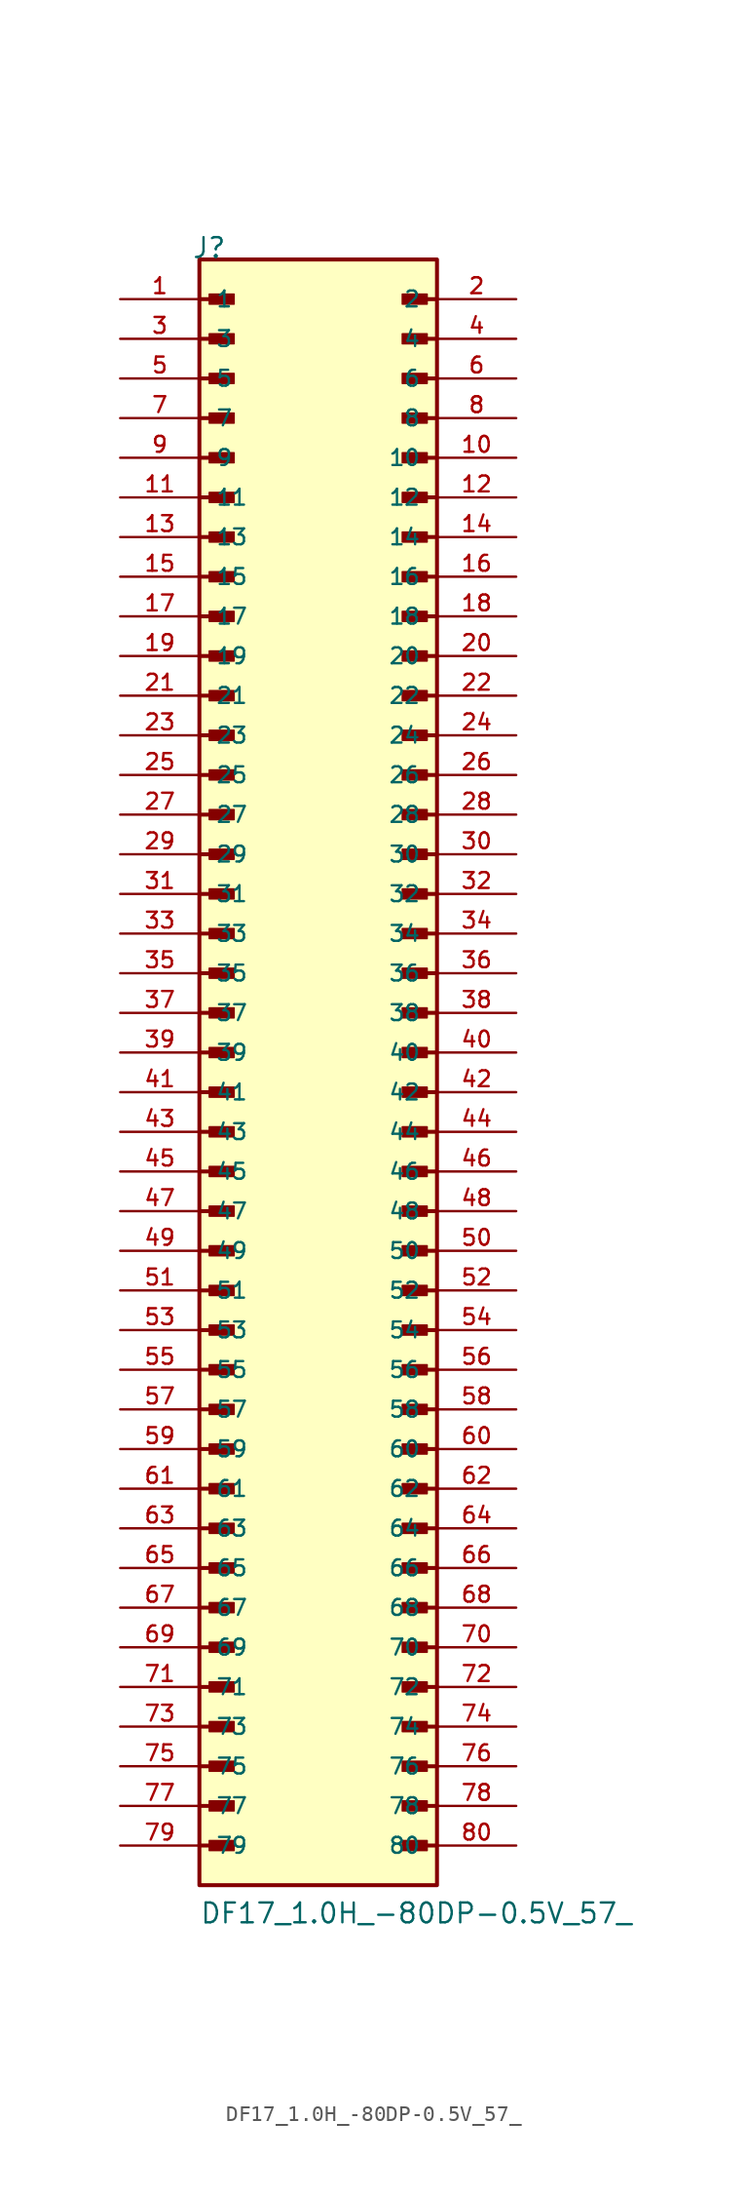
<source format=kicad_sym>
(kicad_symbol_lib
  (version 20231120)
  (generator "kicad_symbol_editor")
  (generator_version "8.0")
  (symbol "DF17_1.0H_-80DP-0.5V_57_"
    (pin_names
      (offset 1.016))
    (property "Reference" "J"
      (at -8.12 53.34 0)
      (effects (font (size 1.27 1.27)) (justify left bottom)))
    (property "Value" "DF17_1.0H_-80DP-0.5V_57_"
      (at -7.62 -53.34 0)
      (effects (font (size 1.27 1.27)) (justify left bottom)))
    (symbol "DF17_1.0H_-80DP-0.5V_57__0_0"
      (rectangle (start -7.62 -50.8) (end 7.62 53.34) (stroke (width 0.254) (type default)) (fill (type background)))
      (rectangle (start -6.985 -48.578) (end -5.397 -47.943) (stroke (width 0.1) (type default)) (fill (type outline)))
      (rectangle (start -6.985 -46.038) (end -5.397 -45.403) (stroke (width 0.1) (type default)) (fill (type outline)))
      (rectangle (start -6.985 -43.498) (end -5.397 -42.862) (stroke (width 0.1) (type default)) (fill (type outline)))
      (rectangle (start -6.985 -40.958) (end -5.397 -40.322) (stroke (width 0.1) (type default)) (fill (type outline)))
      (rectangle (start -6.985 -38.417) (end -5.397 -37.782) (stroke (width 0.1) (type default)) (fill (type outline)))
      (rectangle (start -6.985 -35.877) (end -5.397 -35.242) (stroke (width 0.1) (type default)) (fill (type outline)))
      (rectangle (start -6.985 -33.337) (end -5.397 -32.703) (stroke (width 0.1) (type default)) (fill (type outline)))
      (rectangle (start -6.985 -30.797) (end -5.397 -30.163) (stroke (width 0.1) (type default)) (fill (type outline)))
      (rectangle (start -6.985 -28.258) (end -5.397 -27.622) (stroke (width 0.1) (type default)) (fill (type outline)))
      (rectangle (start -6.985 -25.718) (end -5.397 -25.082) (stroke (width 0.1) (type default)) (fill (type outline)))
      (rectangle (start -6.985 -23.177) (end -5.397 -22.543) (stroke (width 0.1) (type default)) (fill (type outline)))
      (rectangle (start -6.985 -20.637) (end -5.397 -20.003) (stroke (width 0.1) (type default)) (fill (type outline)))
      (rectangle (start -6.985 -18.098) (end -5.397 -17.462) (stroke (width 0.1) (type default)) (fill (type outline)))
      (rectangle (start -6.985 -15.557) (end -5.397 -14.922) (stroke (width 0.1) (type default)) (fill (type outline)))
      (rectangle (start -6.985 -13.018) (end -5.397 -12.383) (stroke (width 0.1) (type default)) (fill (type outline)))
      (rectangle (start -6.985 -10.477) (end -5.397 -9.842) (stroke (width 0.1) (type default)) (fill (type outline)))
      (rectangle (start -6.985 -7.938) (end -5.397 -7.303) (stroke (width 0.1) (type default)) (fill (type outline)))
      (rectangle (start -6.985 -5.397) (end -5.397 -4.763) (stroke (width 0.1) (type default)) (fill (type outline)))
      (rectangle (start -6.985 -2.857) (end -5.397 -2.223) (stroke (width 0.1) (type default)) (fill (type outline)))
      (rectangle (start -6.985 -0.318) (end -5.397 0.318) (stroke (width 0.1) (type default)) (fill (type outline)))
      (rectangle (start -6.985 2.223) (end -5.397 2.857) (stroke (width 0.1) (type default)) (fill (type outline)))
      (rectangle (start -6.985 4.763) (end -5.397 5.397) (stroke (width 0.1) (type default)) (fill (type outline)))
      (rectangle (start -6.985 7.303) (end -5.397 7.938) (stroke (width 0.1) (type default)) (fill (type outline)))
      (rectangle (start -6.985 9.842) (end -5.397 10.477) (stroke (width 0.1) (type default)) (fill (type outline)))
      (rectangle (start -6.985 12.383) (end -5.397 13.018) (stroke (width 0.1) (type default)) (fill (type outline)))
      (rectangle (start -6.985 14.922) (end -5.397 15.557) (stroke (width 0.1) (type default)) (fill (type outline)))
      (rectangle (start -6.985 17.462) (end -5.397 18.098) (stroke (width 0.1) (type default)) (fill (type outline)))
      (rectangle (start -6.985 20.003) (end -5.397 20.637) (stroke (width 0.1) (type default)) (fill (type outline)))
      (rectangle (start -6.985 22.543) (end -5.397 23.177) (stroke (width 0.1) (type default)) (fill (type outline)))
      (rectangle (start -6.985 25.082) (end -5.397 25.718) (stroke (width 0.1) (type default)) (fill (type outline)))
      (rectangle (start -6.985 27.622) (end -5.397 28.258) (stroke (width 0.1) (type default)) (fill (type outline)))
      (rectangle (start -6.985 30.163) (end -5.397 30.797) (stroke (width 0.1) (type default)) (fill (type outline)))
      (rectangle (start -6.985 32.703) (end -5.397 33.337) (stroke (width 0.1) (type default)) (fill (type outline)))
      (rectangle (start -6.985 35.242) (end -5.397 35.877) (stroke (width 0.1) (type default)) (fill (type outline)))
      (rectangle (start -6.985 37.782) (end -5.397 38.417) (stroke (width 0.1) (type default)) (fill (type outline)))
      (rectangle (start -6.985 40.322) (end -5.397 40.958) (stroke (width 0.1) (type default)) (fill (type outline)))
      (rectangle (start -6.985 42.862) (end -5.397 43.498) (stroke (width 0.1) (type default)) (fill (type outline)))
      (rectangle (start -6.985 45.403) (end -5.397 46.038) (stroke (width 0.1) (type default)) (fill (type outline)))
      (rectangle (start -6.985 47.943) (end -5.397 48.578) (stroke (width 0.1) (type default)) (fill (type outline)))
      (rectangle (start -6.985 50.483) (end -5.397 51.117) (stroke (width 0.1) (type default)) (fill (type outline)))
      (polyline (pts (xy -7.62 -48.26) (xy -5.715 -48.26)) (stroke (width 0.254) (type default)) (fill (type none)))
      (polyline (pts (xy -7.62 -45.72) (xy -5.715 -45.72)) (stroke (width 0.254) (type default)) (fill (type none)))
      (polyline (pts (xy -7.62 -43.18) (xy -5.715 -43.18)) (stroke (width 0.254) (type default)) (fill (type none)))
      (polyline (pts (xy -7.62 -40.64) (xy -5.715 -40.64)) (stroke (width 0.254) (type default)) (fill (type none)))
      (polyline (pts (xy -7.62 -38.1) (xy -5.715 -38.1)) (stroke (width 0.254) (type default)) (fill (type none)))
      (polyline (pts (xy -7.62 -35.56) (xy -5.715 -35.56)) (stroke (width 0.254) (type default)) (fill (type none)))
      (polyline (pts (xy -7.62 -33.02) (xy -5.715 -33.02)) (stroke (width 0.254) (type default)) (fill (type none)))
      (polyline (pts (xy -7.62 -30.48) (xy -5.715 -30.48)) (stroke (width 0.254) (type default)) (fill (type none)))
      (polyline (pts (xy -7.62 -27.94) (xy -5.715 -27.94)) (stroke (width 0.254) (type default)) (fill (type none)))
      (polyline (pts (xy -7.62 -25.4) (xy -5.715 -25.4)) (stroke (width 0.254) (type default)) (fill (type none)))
      (polyline (pts (xy -7.62 -22.86) (xy -5.715 -22.86)) (stroke (width 0.254) (type default)) (fill (type none)))
      (polyline (pts (xy -7.62 -20.32) (xy -5.715 -20.32)) (stroke (width 0.254) (type default)) (fill (type none)))
      (polyline (pts (xy -7.62 -17.78) (xy -5.715 -17.78)) (stroke (width 0.254) (type default)) (fill (type none)))
      (polyline (pts (xy -7.62 -15.24) (xy -5.715 -15.24)) (stroke (width 0.254) (type default)) (fill (type none)))
      (polyline (pts (xy -7.62 -12.7) (xy -5.715 -12.7)) (stroke (width 0.254) (type default)) (fill (type none)))
      (polyline (pts (xy -7.62 -10.16) (xy -5.715 -10.16)) (stroke (width 0.254) (type default)) (fill (type none)))
      (polyline (pts (xy -7.62 -7.62) (xy -5.715 -7.62)) (stroke (width 0.254) (type default)) (fill (type none)))
      (polyline (pts (xy -7.62 -5.08) (xy -5.715 -5.08)) (stroke (width 0.254) (type default)) (fill (type none)))
      (polyline (pts (xy -7.62 -2.54) (xy -5.715 -2.54)) (stroke (width 0.254) (type default)) (fill (type none)))
      (polyline (pts (xy -7.62 0) (xy -5.715 0)) (stroke (width 0.254) (type default)) (fill (type none)))
      (polyline (pts (xy -7.62 2.54) (xy -5.715 2.54)) (stroke (width 0.254) (type default)) (fill (type none)))
      (polyline (pts (xy -7.62 5.08) (xy -5.715 5.08)) (stroke (width 0.254) (type default)) (fill (type none)))
      (polyline (pts (xy -7.62 7.62) (xy -5.715 7.62)) (stroke (width 0.254) (type default)) (fill (type none)))
      (polyline (pts (xy -7.62 10.16) (xy -5.715 10.16)) (stroke (width 0.254) (type default)) (fill (type none)))
      (polyline (pts (xy -7.62 12.7) (xy -5.715 12.7)) (stroke (width 0.254) (type default)) (fill (type none)))
      (polyline (pts (xy -7.62 15.24) (xy -5.715 15.24)) (stroke (width 0.254) (type default)) (fill (type none)))
      (polyline (pts (xy -7.62 17.78) (xy -5.715 17.78)) (stroke (width 0.254) (type default)) (fill (type none)))
      (polyline (pts (xy -7.62 20.32) (xy -5.715 20.32)) (stroke (width 0.254) (type default)) (fill (type none)))
      (polyline (pts (xy -7.62 22.86) (xy -5.715 22.86)) (stroke (width 0.254) (type default)) (fill (type none)))
      (polyline (pts (xy -7.62 25.4) (xy -5.715 25.4)) (stroke (width 0.254) (type default)) (fill (type none)))
      (polyline (pts (xy -7.62 27.94) (xy -5.715 27.94)) (stroke (width 0.254) (type default)) (fill (type none)))
      (polyline (pts (xy -7.62 30.48) (xy -5.715 30.48)) (stroke (width 0.254) (type default)) (fill (type none)))
      (polyline (pts (xy -7.62 33.02) (xy -5.715 33.02)) (stroke (width 0.254) (type default)) (fill (type none)))
      (polyline (pts (xy -7.62 35.56) (xy -5.715 35.56)) (stroke (width 0.254) (type default)) (fill (type none)))
      (polyline (pts (xy -7.62 38.1) (xy -5.715 38.1)) (stroke (width 0.254) (type default)) (fill (type none)))
      (polyline (pts (xy -7.62 40.64) (xy -5.715 40.64)) (stroke (width 0.254) (type default)) (fill (type none)))
      (polyline (pts (xy -7.62 43.18) (xy -5.715 43.18)) (stroke (width 0.254) (type default)) (fill (type none)))
      (polyline (pts (xy -7.62 45.72) (xy -5.715 45.72)) (stroke (width 0.254) (type default)) (fill (type none)))
      (polyline (pts (xy -7.62 48.26) (xy -5.715 48.26)) (stroke (width 0.254) (type default)) (fill (type none)))
      (polyline (pts (xy -7.62 50.8) (xy -5.715 50.8)) (stroke (width 0.254) (type default)) (fill (type none)))
      (polyline (pts (xy 7.62 -48.26) (xy 5.715 -48.26)) (stroke (width 0.254) (type default)) (fill (type none)))
      (polyline (pts (xy 7.62 -45.72) (xy 5.715 -45.72)) (stroke (width 0.254) (type default)) (fill (type none)))
      (polyline (pts (xy 7.62 -43.18) (xy 5.715 -43.18)) (stroke (width 0.254) (type default)) (fill (type none)))
      (polyline (pts (xy 7.62 -40.64) (xy 5.715 -40.64)) (stroke (width 0.254) (type default)) (fill (type none)))
      (polyline (pts (xy 7.62 -38.1) (xy 5.715 -38.1)) (stroke (width 0.254) (type default)) (fill (type none)))
      (polyline (pts (xy 7.62 -35.56) (xy 5.715 -35.56)) (stroke (width 0.254) (type default)) (fill (type none)))
      (polyline (pts (xy 7.62 -33.02) (xy 5.715 -33.02)) (stroke (width 0.254) (type default)) (fill (type none)))
      (polyline (pts (xy 7.62 -30.48) (xy 5.715 -30.48)) (stroke (width 0.254) (type default)) (fill (type none)))
      (polyline (pts (xy 7.62 -27.94) (xy 5.715 -27.94)) (stroke (width 0.254) (type default)) (fill (type none)))
      (polyline (pts (xy 7.62 -25.4) (xy 5.715 -25.4)) (stroke (width 0.254) (type default)) (fill (type none)))
      (polyline (pts (xy 7.62 -22.86) (xy 5.715 -22.86)) (stroke (width 0.254) (type default)) (fill (type none)))
      (polyline (pts (xy 7.62 -20.32) (xy 5.715 -20.32)) (stroke (width 0.254) (type default)) (fill (type none)))
      (polyline (pts (xy 7.62 -17.78) (xy 5.715 -17.78)) (stroke (width 0.254) (type default)) (fill (type none)))
      (polyline (pts (xy 7.62 -15.24) (xy 5.715 -15.24)) (stroke (width 0.254) (type default)) (fill (type none)))
      (polyline (pts (xy 7.62 -12.7) (xy 5.715 -12.7)) (stroke (width 0.254) (type default)) (fill (type none)))
      (polyline (pts (xy 7.62 -10.16) (xy 5.715 -10.16)) (stroke (width 0.254) (type default)) (fill (type none)))
      (polyline (pts (xy 7.62 -7.62) (xy 5.715 -7.62)) (stroke (width 0.254) (type default)) (fill (type none)))
      (polyline (pts (xy 7.62 -5.08) (xy 5.715 -5.08)) (stroke (width 0.254) (type default)) (fill (type none)))
      (polyline (pts (xy 7.62 -2.54) (xy 5.715 -2.54)) (stroke (width 0.254) (type default)) (fill (type none)))
      (polyline (pts (xy 7.62 0) (xy 5.715 0)) (stroke (width 0.254) (type default)) (fill (type none)))
      (polyline (pts (xy 7.62 2.54) (xy 5.715 2.54)) (stroke (width 0.254) (type default)) (fill (type none)))
      (polyline (pts (xy 7.62 5.08) (xy 5.715 5.08)) (stroke (width 0.254) (type default)) (fill (type none)))
      (polyline (pts (xy 7.62 7.62) (xy 5.715 7.62)) (stroke (width 0.254) (type default)) (fill (type none)))
      (polyline (pts (xy 7.62 10.16) (xy 5.715 10.16)) (stroke (width 0.254) (type default)) (fill (type none)))
      (polyline (pts (xy 7.62 12.7) (xy 5.715 12.7)) (stroke (width 0.254) (type default)) (fill (type none)))
      (polyline (pts (xy 7.62 15.24) (xy 5.715 15.24)) (stroke (width 0.254) (type default)) (fill (type none)))
      (polyline (pts (xy 7.62 17.78) (xy 5.715 17.78)) (stroke (width 0.254) (type default)) (fill (type none)))
      (polyline (pts (xy 7.62 20.32) (xy 5.715 20.32)) (stroke (width 0.254) (type default)) (fill (type none)))
      (polyline (pts (xy 7.62 22.86) (xy 5.715 22.86)) (stroke (width 0.254) (type default)) (fill (type none)))
      (polyline (pts (xy 7.62 25.4) (xy 5.715 25.4)) (stroke (width 0.254) (type default)) (fill (type none)))
      (polyline (pts (xy 7.62 27.94) (xy 5.715 27.94)) (stroke (width 0.254) (type default)) (fill (type none)))
      (polyline (pts (xy 7.62 30.48) (xy 5.715 30.48)) (stroke (width 0.254) (type default)) (fill (type none)))
      (polyline (pts (xy 7.62 33.02) (xy 5.715 33.02)) (stroke (width 0.254) (type default)) (fill (type none)))
      (polyline (pts (xy 7.62 35.56) (xy 5.715 35.56)) (stroke (width 0.254) (type default)) (fill (type none)))
      (polyline (pts (xy 7.62 38.1) (xy 5.715 38.1)) (stroke (width 0.254) (type default)) (fill (type none)))
      (polyline (pts (xy 7.62 40.64) (xy 5.715 40.64)) (stroke (width 0.254) (type default)) (fill (type none)))
      (polyline (pts (xy 7.62 43.18) (xy 5.715 43.18)) (stroke (width 0.254) (type default)) (fill (type none)))
      (polyline (pts (xy 7.62 45.72) (xy 5.715 45.72)) (stroke (width 0.254) (type default)) (fill (type none)))
      (polyline (pts (xy 7.62 48.26) (xy 5.715 48.26)) (stroke (width 0.254) (type default)) (fill (type none)))
      (polyline (pts (xy 7.62 50.8) (xy 5.715 50.8)) (stroke (width 0.254) (type default)) (fill (type none)))
      (rectangle (start 6.985 -48.578) (end 5.397 -47.943) (stroke (width 0.1) (type default)) (fill (type outline)))
      (rectangle (start 6.985 -46.038) (end 5.397 -45.403) (stroke (width 0.1) (type default)) (fill (type outline)))
      (rectangle (start 6.985 -43.498) (end 5.397 -42.862) (stroke (width 0.1) (type default)) (fill (type outline)))
      (rectangle (start 6.985 -40.958) (end 5.397 -40.322) (stroke (width 0.1) (type default)) (fill (type outline)))
      (rectangle (start 6.985 -38.417) (end 5.397 -37.782) (stroke (width 0.1) (type default)) (fill (type outline)))
      (rectangle (start 6.985 -35.877) (end 5.397 -35.242) (stroke (width 0.1) (type default)) (fill (type outline)))
      (rectangle (start 6.985 -33.337) (end 5.397 -32.703) (stroke (width 0.1) (type default)) (fill (type outline)))
      (rectangle (start 6.985 -30.797) (end 5.397 -30.163) (stroke (width 0.1) (type default)) (fill (type outline)))
      (rectangle (start 6.985 -28.258) (end 5.397 -27.622) (stroke (width 0.1) (type default)) (fill (type outline)))
      (rectangle (start 6.985 -25.718) (end 5.397 -25.082) (stroke (width 0.1) (type default)) (fill (type outline)))
      (rectangle (start 6.985 -23.177) (end 5.397 -22.543) (stroke (width 0.1) (type default)) (fill (type outline)))
      (rectangle (start 6.985 -20.637) (end 5.397 -20.003) (stroke (width 0.1) (type default)) (fill (type outline)))
      (rectangle (start 6.985 -18.098) (end 5.397 -17.462) (stroke (width 0.1) (type default)) (fill (type outline)))
      (rectangle (start 6.985 -15.557) (end 5.397 -14.922) (stroke (width 0.1) (type default)) (fill (type outline)))
      (rectangle (start 6.985 -13.018) (end 5.397 -12.383) (stroke (width 0.1) (type default)) (fill (type outline)))
      (rectangle (start 6.985 -10.477) (end 5.397 -9.842) (stroke (width 0.1) (type default)) (fill (type outline)))
      (rectangle (start 6.985 -7.938) (end 5.397 -7.303) (stroke (width 0.1) (type default)) (fill (type outline)))
      (rectangle (start 6.985 -5.397) (end 5.397 -4.763) (stroke (width 0.1) (type default)) (fill (type outline)))
      (rectangle (start 6.985 -2.857) (end 5.397 -2.223) (stroke (width 0.1) (type default)) (fill (type outline)))
      (rectangle (start 6.985 -0.318) (end 5.397 0.318) (stroke (width 0.1) (type default)) (fill (type outline)))
      (rectangle (start 6.985 2.223) (end 5.397 2.857) (stroke (width 0.1) (type default)) (fill (type outline)))
      (rectangle (start 6.985 4.763) (end 5.397 5.397) (stroke (width 0.1) (type default)) (fill (type outline)))
      (rectangle (start 6.985 7.303) (end 5.397 7.938) (stroke (width 0.1) (type default)) (fill (type outline)))
      (rectangle (start 6.985 9.842) (end 5.397 10.477) (stroke (width 0.1) (type default)) (fill (type outline)))
      (rectangle (start 6.985 12.383) (end 5.397 13.018) (stroke (width 0.1) (type default)) (fill (type outline)))
      (rectangle (start 6.985 14.922) (end 5.397 15.557) (stroke (width 0.1) (type default)) (fill (type outline)))
      (rectangle (start 6.985 17.462) (end 5.397 18.098) (stroke (width 0.1) (type default)) (fill (type outline)))
      (rectangle (start 6.985 20.003) (end 5.397 20.637) (stroke (width 0.1) (type default)) (fill (type outline)))
      (rectangle (start 6.985 22.543) (end 5.397 23.177) (stroke (width 0.1) (type default)) (fill (type outline)))
      (rectangle (start 6.985 25.082) (end 5.397 25.718) (stroke (width 0.1) (type default)) (fill (type outline)))
      (rectangle (start 6.985 27.622) (end 5.397 28.258) (stroke (width 0.1) (type default)) (fill (type outline)))
      (rectangle (start 6.985 30.163) (end 5.397 30.797) (stroke (width 0.1) (type default)) (fill (type outline)))
      (rectangle (start 6.985 32.703) (end 5.397 33.337) (stroke (width 0.1) (type default)) (fill (type outline)))
      (rectangle (start 6.985 35.242) (end 5.397 35.877) (stroke (width 0.1) (type default)) (fill (type outline)))
      (rectangle (start 6.985 37.782) (end 5.397 38.417) (stroke (width 0.1) (type default)) (fill (type outline)))
      (rectangle (start 6.985 40.322) (end 5.397 40.958) (stroke (width 0.1) (type default)) (fill (type outline)))
      (rectangle (start 6.985 42.862) (end 5.397 43.498) (stroke (width 0.1) (type default)) (fill (type outline)))
      (rectangle (start 6.985 45.403) (end 5.397 46.038) (stroke (width 0.1) (type default)) (fill (type outline)))
      (rectangle (start 6.985 47.943) (end 5.397 48.578) (stroke (width 0.1) (type default)) (fill (type outline)))
      (rectangle (start 6.985 50.483) (end 5.397 51.117) (stroke (width 0.1) (type default)) (fill (type outline)))
      (pin passive line (at -12.7 50.8 0) (length 5.08) (name "1" (effects (font (size 1.016 1.016)))) (number "1" (effects (font (size 1.016 1.016)))))
      (pin passive line (at 12.7 40.64 180) (length 5.08) (name "10" (effects (font (size 1.016 1.016)))) (number "10" (effects (font (size 1.016 1.016)))))
      (pin passive line (at -12.7 38.1 0) (length 5.08) (name "11" (effects (font (size 1.016 1.016)))) (number "11" (effects (font (size 1.016 1.016)))))
      (pin passive line (at 12.7 38.1 180) (length 5.08) (name "12" (effects (font (size 1.016 1.016)))) (number "12" (effects (font (size 1.016 1.016)))))
      (pin passive line (at -12.7 35.56 0) (length 5.08) (name "13" (effects (font (size 1.016 1.016)))) (number "13" (effects (font (size 1.016 1.016)))))
      (pin passive line (at 12.7 35.56 180) (length 5.08) (name "14" (effects (font (size 1.016 1.016)))) (number "14" (effects (font (size 1.016 1.016)))))
      (pin passive line (at -12.7 33.02 0) (length 5.08) (name "15" (effects (font (size 1.016 1.016)))) (number "15" (effects (font (size 1.016 1.016)))))
      (pin passive line (at 12.7 33.02 180) (length 5.08) (name "16" (effects (font (size 1.016 1.016)))) (number "16" (effects (font (size 1.016 1.016)))))
      (pin passive line (at -12.7 30.48 0) (length 5.08) (name "17" (effects (font (size 1.016 1.016)))) (number "17" (effects (font (size 1.016 1.016)))))
      (pin passive line (at 12.7 30.48 180) (length 5.08) (name "18" (effects (font (size 1.016 1.016)))) (number "18" (effects (font (size 1.016 1.016)))))
      (pin passive line (at -12.7 27.94 0) (length 5.08) (name "19" (effects (font (size 1.016 1.016)))) (number "19" (effects (font (size 1.016 1.016)))))
      (pin passive line (at 12.7 50.8 180) (length 5.08) (name "2" (effects (font (size 1.016 1.016)))) (number "2" (effects (font (size 1.016 1.016)))))
      (pin passive line (at 12.7 27.94 180) (length 5.08) (name "20" (effects (font (size 1.016 1.016)))) (number "20" (effects (font (size 1.016 1.016)))))
      (pin passive line (at -12.7 25.4 0) (length 5.08) (name "21" (effects (font (size 1.016 1.016)))) (number "21" (effects (font (size 1.016 1.016)))))
      (pin passive line (at 12.7 25.4 180) (length 5.08) (name "22" (effects (font (size 1.016 1.016)))) (number "22" (effects (font (size 1.016 1.016)))))
      (pin passive line (at -12.7 22.86 0) (length 5.08) (name "23" (effects (font (size 1.016 1.016)))) (number "23" (effects (font (size 1.016 1.016)))))
      (pin passive line (at 12.7 22.86 180) (length 5.08) (name "24" (effects (font (size 1.016 1.016)))) (number "24" (effects (font (size 1.016 1.016)))))
      (pin passive line (at -12.7 20.32 0) (length 5.08) (name "25" (effects (font (size 1.016 1.016)))) (number "25" (effects (font (size 1.016 1.016)))))
      (pin passive line (at 12.7 20.32 180) (length 5.08) (name "26" (effects (font (size 1.016 1.016)))) (number "26" (effects (font (size 1.016 1.016)))))
      (pin passive line (at -12.7 17.78 0) (length 5.08) (name "27" (effects (font (size 1.016 1.016)))) (number "27" (effects (font (size 1.016 1.016)))))
      (pin passive line (at 12.7 17.78 180) (length 5.08) (name "28" (effects (font (size 1.016 1.016)))) (number "28" (effects (font (size 1.016 1.016)))))
      (pin passive line (at -12.7 15.24 0) (length 5.08) (name "29" (effects (font (size 1.016 1.016)))) (number "29" (effects (font (size 1.016 1.016)))))
      (pin passive line (at -12.7 48.26 0) (length 5.08) (name "3" (effects (font (size 1.016 1.016)))) (number "3" (effects (font (size 1.016 1.016)))))
      (pin passive line (at 12.7 15.24 180) (length 5.08) (name "30" (effects (font (size 1.016 1.016)))) (number "30" (effects (font (size 1.016 1.016)))))
      (pin passive line (at -12.7 12.7 0) (length 5.08) (name "31" (effects (font (size 1.016 1.016)))) (number "31" (effects (font (size 1.016 1.016)))))
      (pin passive line (at 12.7 12.7 180) (length 5.08) (name "32" (effects (font (size 1.016 1.016)))) (number "32" (effects (font (size 1.016 1.016)))))
      (pin passive line (at -12.7 10.16 0) (length 5.08) (name "33" (effects (font (size 1.016 1.016)))) (number "33" (effects (font (size 1.016 1.016)))))
      (pin passive line (at 12.7 10.16 180) (length 5.08) (name "34" (effects (font (size 1.016 1.016)))) (number "34" (effects (font (size 1.016 1.016)))))
      (pin passive line (at -12.7 7.62 0) (length 5.08) (name "35" (effects (font (size 1.016 1.016)))) (number "35" (effects (font (size 1.016 1.016)))))
      (pin passive line (at 12.7 7.62 180) (length 5.08) (name "36" (effects (font (size 1.016 1.016)))) (number "36" (effects (font (size 1.016 1.016)))))
      (pin passive line (at -12.7 5.08 0) (length 5.08) (name "37" (effects (font (size 1.016 1.016)))) (number "37" (effects (font (size 1.016 1.016)))))
      (pin passive line (at 12.7 5.08 180) (length 5.08) (name "38" (effects (font (size 1.016 1.016)))) (number "38" (effects (font (size 1.016 1.016)))))
      (pin passive line (at -12.7 2.54 0) (length 5.08) (name "39" (effects (font (size 1.016 1.016)))) (number "39" (effects (font (size 1.016 1.016)))))
      (pin passive line (at 12.7 48.26 180) (length 5.08) (name "4" (effects (font (size 1.016 1.016)))) (number "4" (effects (font (size 1.016 1.016)))))
      (pin passive line (at 12.7 2.54 180) (length 5.08) (name "40" (effects (font (size 1.016 1.016)))) (number "40" (effects (font (size 1.016 1.016)))))
      (pin passive line (at -12.7 0 0) (length 5.08) (name "41" (effects (font (size 1.016 1.016)))) (number "41" (effects (font (size 1.016 1.016)))))
      (pin passive line (at 12.7 0 180) (length 5.08) (name "42" (effects (font (size 1.016 1.016)))) (number "42" (effects (font (size 1.016 1.016)))))
      (pin passive line (at -12.7 -2.54 0) (length 5.08) (name "43" (effects (font (size 1.016 1.016)))) (number "43" (effects (font (size 1.016 1.016)))))
      (pin passive line (at 12.7 -2.54 180) (length 5.08) (name "44" (effects (font (size 1.016 1.016)))) (number "44" (effects (font (size 1.016 1.016)))))
      (pin passive line (at -12.7 -5.08 0) (length 5.08) (name "45" (effects (font (size 1.016 1.016)))) (number "45" (effects (font (size 1.016 1.016)))))
      (pin passive line (at 12.7 -5.08 180) (length 5.08) (name "46" (effects (font (size 1.016 1.016)))) (number "46" (effects (font (size 1.016 1.016)))))
      (pin passive line (at -12.7 -7.62 0) (length 5.08) (name "47" (effects (font (size 1.016 1.016)))) (number "47" (effects (font (size 1.016 1.016)))))
      (pin passive line (at 12.7 -7.62 180) (length 5.08) (name "48" (effects (font (size 1.016 1.016)))) (number "48" (effects (font (size 1.016 1.016)))))
      (pin passive line (at -12.7 -10.16 0) (length 5.08) (name "49" (effects (font (size 1.016 1.016)))) (number "49" (effects (font (size 1.016 1.016)))))
      (pin passive line (at -12.7 45.72 0) (length 5.08) (name "5" (effects (font (size 1.016 1.016)))) (number "5" (effects (font (size 1.016 1.016)))))
      (pin passive line (at 12.7 -10.16 180) (length 5.08) (name "50" (effects (font (size 1.016 1.016)))) (number "50" (effects (font (size 1.016 1.016)))))
      (pin passive line (at -12.7 -12.7 0) (length 5.08) (name "51" (effects (font (size 1.016 1.016)))) (number "51" (effects (font (size 1.016 1.016)))))
      (pin passive line (at 12.7 -12.7 180) (length 5.08) (name "52" (effects (font (size 1.016 1.016)))) (number "52" (effects (font (size 1.016 1.016)))))
      (pin passive line (at -12.7 -15.24 0) (length 5.08) (name "53" (effects (font (size 1.016 1.016)))) (number "53" (effects (font (size 1.016 1.016)))))
      (pin passive line (at 12.7 -15.24 180) (length 5.08) (name "54" (effects (font (size 1.016 1.016)))) (number "54" (effects (font (size 1.016 1.016)))))
      (pin passive line (at -12.7 -17.78 0) (length 5.08) (name "55" (effects (font (size 1.016 1.016)))) (number "55" (effects (font (size 1.016 1.016)))))
      (pin passive line (at 12.7 -17.78 180) (length 5.08) (name "56" (effects (font (size 1.016 1.016)))) (number "56" (effects (font (size 1.016 1.016)))))
      (pin passive line (at -12.7 -20.32 0) (length 5.08) (name "57" (effects (font (size 1.016 1.016)))) (number "57" (effects (font (size 1.016 1.016)))))
      (pin passive line (at 12.7 -20.32 180) (length 5.08) (name "58" (effects (font (size 1.016 1.016)))) (number "58" (effects (font (size 1.016 1.016)))))
      (pin passive line (at -12.7 -22.86 0) (length 5.08) (name "59" (effects (font (size 1.016 1.016)))) (number "59" (effects (font (size 1.016 1.016)))))
      (pin passive line (at 12.7 45.72 180) (length 5.08) (name "6" (effects (font (size 1.016 1.016)))) (number "6" (effects (font (size 1.016 1.016)))))
      (pin passive line (at 12.7 -22.86 180) (length 5.08) (name "60" (effects (font (size 1.016 1.016)))) (number "60" (effects (font (size 1.016 1.016)))))
      (pin passive line (at -12.7 -25.4 0) (length 5.08) (name "61" (effects (font (size 1.016 1.016)))) (number "61" (effects (font (size 1.016 1.016)))))
      (pin passive line (at 12.7 -25.4 180) (length 5.08) (name "62" (effects (font (size 1.016 1.016)))) (number "62" (effects (font (size 1.016 1.016)))))
      (pin passive line (at -12.7 -27.94 0) (length 5.08) (name "63" (effects (font (size 1.016 1.016)))) (number "63" (effects (font (size 1.016 1.016)))))
      (pin passive line (at 12.7 -27.94 180) (length 5.08) (name "64" (effects (font (size 1.016 1.016)))) (number "64" (effects (font (size 1.016 1.016)))))
      (pin passive line (at -12.7 -30.48 0) (length 5.08) (name "65" (effects (font (size 1.016 1.016)))) (number "65" (effects (font (size 1.016 1.016)))))
      (pin passive line (at 12.7 -30.48 180) (length 5.08) (name "66" (effects (font (size 1.016 1.016)))) (number "66" (effects (font (size 1.016 1.016)))))
      (pin passive line (at -12.7 -33.02 0) (length 5.08) (name "67" (effects (font (size 1.016 1.016)))) (number "67" (effects (font (size 1.016 1.016)))))
      (pin passive line (at 12.7 -33.02 180) (length 5.08) (name "68" (effects (font (size 1.016 1.016)))) (number "68" (effects (font (size 1.016 1.016)))))
      (pin passive line (at -12.7 -35.56 0) (length 5.08) (name "69" (effects (font (size 1.016 1.016)))) (number "69" (effects (font (size 1.016 1.016)))))
      (pin passive line (at -12.7 43.18 0) (length 5.08) (name "7" (effects (font (size 1.016 1.016)))) (number "7" (effects (font (size 1.016 1.016)))))
      (pin passive line (at 12.7 -35.56 180) (length 5.08) (name "70" (effects (font (size 1.016 1.016)))) (number "70" (effects (font (size 1.016 1.016)))))
      (pin passive line (at -12.7 -38.1 0) (length 5.08) (name "71" (effects (font (size 1.016 1.016)))) (number "71" (effects (font (size 1.016 1.016)))))
      (pin passive line (at 12.7 -38.1 180) (length 5.08) (name "72" (effects (font (size 1.016 1.016)))) (number "72" (effects (font (size 1.016 1.016)))))
      (pin passive line (at -12.7 -40.64 0) (length 5.08) (name "73" (effects (font (size 1.016 1.016)))) (number "73" (effects (font (size 1.016 1.016)))))
      (pin passive line (at 12.7 -40.64 180) (length 5.08) (name "74" (effects (font (size 1.016 1.016)))) (number "74" (effects (font (size 1.016 1.016)))))
      (pin passive line (at -12.7 -43.18 0) (length 5.08) (name "75" (effects (font (size 1.016 1.016)))) (number "75" (effects (font (size 1.016 1.016)))))
      (pin passive line (at 12.7 -43.18 180) (length 5.08) (name "76" (effects (font (size 1.016 1.016)))) (number "76" (effects (font (size 1.016 1.016)))))
      (pin passive line (at -12.7 -45.72 0) (length 5.08) (name "77" (effects (font (size 1.016 1.016)))) (number "77" (effects (font (size 1.016 1.016)))))
      (pin passive line (at 12.7 -45.72 180) (length 5.08) (name "78" (effects (font (size 1.016 1.016)))) (number "78" (effects (font (size 1.016 1.016)))))
      (pin passive line (at -12.7 -48.26 0) (length 5.08) (name "79" (effects (font (size 1.016 1.016)))) (number "79" (effects (font (size 1.016 1.016)))))
      (pin passive line (at 12.7 43.18 180) (length 5.08) (name "8" (effects (font (size 1.016 1.016)))) (number "8" (effects (font (size 1.016 1.016)))))
      (pin passive line (at 12.7 -48.26 180) (length 5.08) (name "80" (effects (font (size 1.016 1.016)))) (number "80" (effects (font (size 1.016 1.016)))))
      (pin passive line (at -12.7 40.64 0) (length 5.08) (name "9" (effects (font (size 1.016 1.016)))) (number "9" (effects (font (size 1.016 1.016))))))))
</source>
